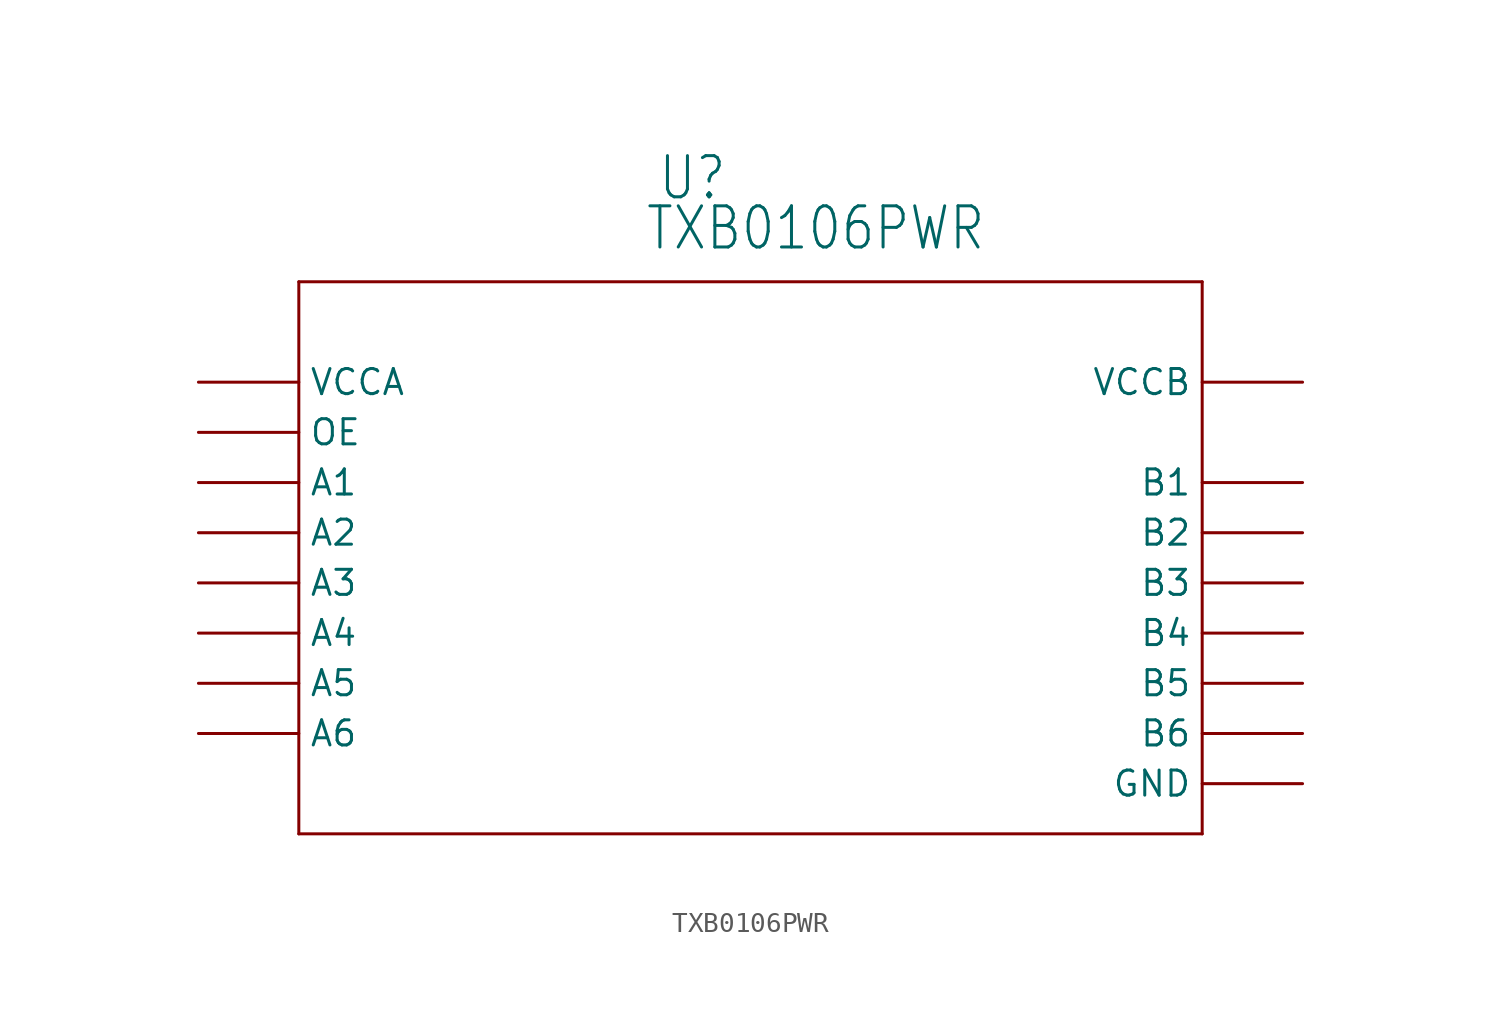
<source format=kicad_sym>
(kicad_symbol_lib
  (version 20211014)
  (generator kicad_symbol_editor)
  (symbol "TXB0106PWR"
    (property "Reference" "U"
      (at 25.756 9.119 0)
      (effects (font (size 2.083 1.77)) (justify left bottom)))
    (property "Value" "TXB0106PWR"
      (at 25.121 6.579 0)
      (effects (font (size 2.083 1.77)) (justify left bottom)))
    (property "ki_locked" ""
      (at 0 0 0)
      (effects (font (size 1.27 1.27))))
    (symbol "TXB0106PWR_1_0"
      (polyline (pts (xy 7.62 -22.86) (xy 53.34 -22.86)) (stroke (width 0.152) (type default) (color 0 0 0 0)) (fill (type none)))
      (polyline (pts (xy 7.62 5.08) (xy 7.62 -22.86)) (stroke (width 0.152) (type default) (color 0 0 0 0)) (fill (type none)))
      (polyline (pts (xy 53.34 -22.86) (xy 53.34 5.08)) (stroke (width 0.152) (type default) (color 0 0 0 0)) (fill (type none)))
      (polyline (pts (xy 53.34 5.08) (xy 7.62 5.08)) (stroke (width 0.152) (type default) (color 0 0 0 0)) (fill (type none)))
      (pin bidirectional line (at 2.54 -5.08 0) (length 5.08) (name "A1" (effects (font (size 1.27 1.27)))) (number "1" (effects (font (size 0 0)))))
      (pin bidirectional line (at 58.42 -17.78 180) (length 5.08) (name "B6" (effects (font (size 1.27 1.27)))) (number "10" (effects (font (size 0 0)))))
      (pin bidirectional line (at 58.42 -15.24 180) (length 5.08) (name "B5" (effects (font (size 1.27 1.27)))) (number "11" (effects (font (size 0 0)))))
      (pin bidirectional line (at 58.42 -12.7 180) (length 5.08) (name "B4" (effects (font (size 1.27 1.27)))) (number "12" (effects (font (size 0 0)))))
      (pin bidirectional line (at 58.42 -10.16 180) (length 5.08) (name "B3" (effects (font (size 1.27 1.27)))) (number "13" (effects (font (size 0 0)))))
      (pin bidirectional line (at 58.42 -7.62 180) (length 5.08) (name "B2" (effects (font (size 1.27 1.27)))) (number "14" (effects (font (size 0 0)))))
      (pin power_in line (at 58.42 0 180) (length 5.08) (name "VCCB" (effects (font (size 1.27 1.27)))) (number "15" (effects (font (size 0 0)))))
      (pin bidirectional line (at 58.42 -5.08 180) (length 5.08) (name "B1" (effects (font (size 1.27 1.27)))) (number "16" (effects (font (size 0 0)))))
      (pin power_in line (at 2.54 0 0) (length 5.08) (name "VCCA" (effects (font (size 1.27 1.27)))) (number "2" (effects (font (size 0 0)))))
      (pin bidirectional line (at 2.54 -7.62 0) (length 5.08) (name "A2" (effects (font (size 1.27 1.27)))) (number "3" (effects (font (size 0 0)))))
      (pin bidirectional line (at 2.54 -10.16 0) (length 5.08) (name "A3" (effects (font (size 1.27 1.27)))) (number "4" (effects (font (size 0 0)))))
      (pin bidirectional line (at 2.54 -12.7 0) (length 5.08) (name "A4" (effects (font (size 1.27 1.27)))) (number "5" (effects (font (size 0 0)))))
      (pin bidirectional line (at 2.54 -15.24 0) (length 5.08) (name "A5" (effects (font (size 1.27 1.27)))) (number "6" (effects (font (size 0 0)))))
      (pin bidirectional line (at 2.54 -17.78 0) (length 5.08) (name "A6" (effects (font (size 1.27 1.27)))) (number "7" (effects (font (size 0 0)))))
      (pin output line (at 2.54 -2.54 0) (length 5.08) (name "OE" (effects (font (size 1.27 1.27)))) (number "8" (effects (font (size 0 0)))))
      (pin power_in line (at 58.42 -20.32 180) (length 5.08) (name "GND" (effects (font (size 1.27 1.27)))) (number "9" (effects (font (size 0 0))))))))
</source>
